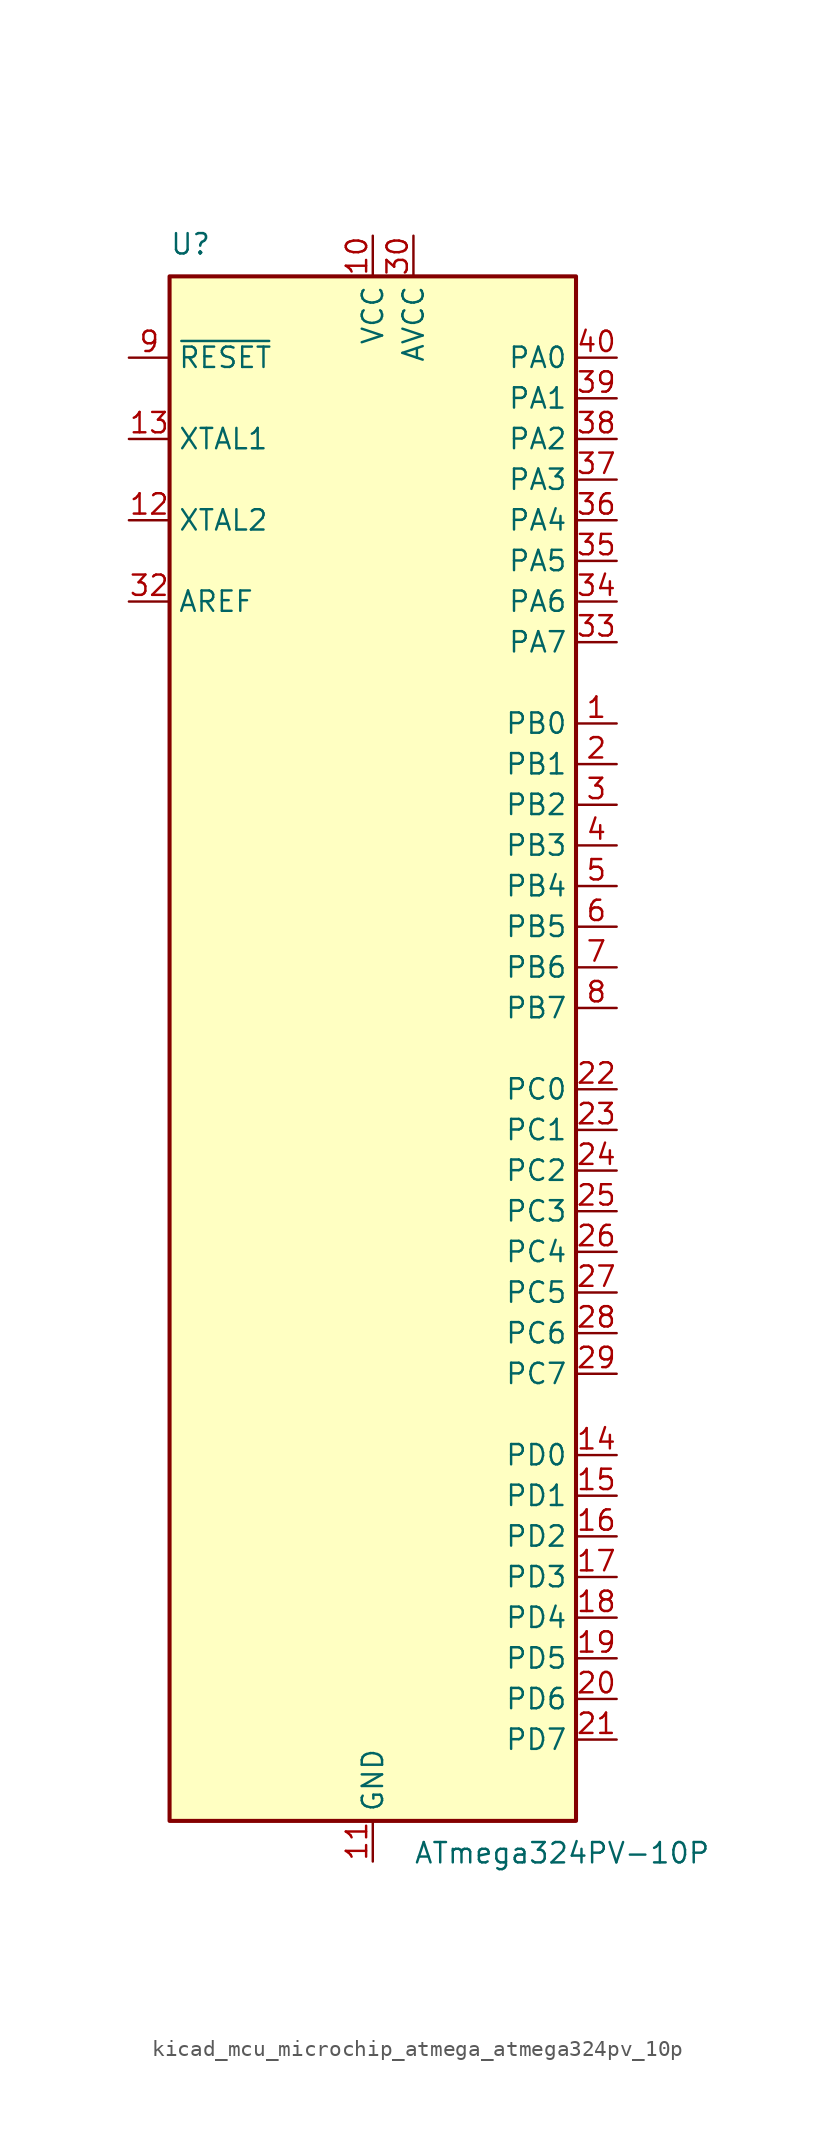
<source format=kicad_sym>
(kicad_symbol_lib
  (version 20220914)
  (generator kicad_symbol_editor)
  (symbol "kicad_mcu_microchip_atmega_atmega324pv_10p"
    (property "Reference" "U"
      (at -12.7 49.53 0)
      (effects (font (size 1.27 1.27)) (justify left bottom)))
    (property "Value" "ATmega324PV-10P"
      (at 2.54 -49.53 0)
      (effects (font (size 1.27 1.27)) (justify left top)))
    (symbol "kicad_mcu_microchip_atmega_atmega324pv_10p_0_1"
      (rectangle (start -12.7 -48.26) (end 12.7 48.26) (stroke (width 0.254) (type default)) (fill (type background))))
    (symbol "kicad_mcu_microchip_atmega_atmega324pv_10p_1_1"
      (pin bidirectional line (at 15.24 20.32 180) (length 2.54) (name "PB0" (effects (font (size 1.27 1.27)))) (number "1" (effects (font (size 1.27 1.27)))))
      (pin power_in line (at 0 50.8 270) (length 2.54) (name "VCC" (effects (font (size 1.27 1.27)))) (number "10" (effects (font (size 1.27 1.27)))))
      (pin power_in line (at 0 -50.8 90) (length 2.54) (name "GND" (effects (font (size 1.27 1.27)))) (number "11" (effects (font (size 1.27 1.27)))))
      (pin output line (at -15.24 33.02 0) (length 2.54) (name "XTAL2" (effects (font (size 1.27 1.27)))) (number "12" (effects (font (size 1.27 1.27)))))
      (pin input line (at -15.24 38.1 0) (length 2.54) (name "XTAL1" (effects (font (size 1.27 1.27)))) (number "13" (effects (font (size 1.27 1.27)))))
      (pin bidirectional line (at 15.24 -25.4 180) (length 2.54) (name "PD0" (effects (font (size 1.27 1.27)))) (number "14" (effects (font (size 1.27 1.27)))))
      (pin bidirectional line (at 15.24 -27.94 180) (length 2.54) (name "PD1" (effects (font (size 1.27 1.27)))) (number "15" (effects (font (size 1.27 1.27)))))
      (pin bidirectional line (at 15.24 -30.48 180) (length 2.54) (name "PD2" (effects (font (size 1.27 1.27)))) (number "16" (effects (font (size 1.27 1.27)))))
      (pin bidirectional line (at 15.24 -33.02 180) (length 2.54) (name "PD3" (effects (font (size 1.27 1.27)))) (number "17" (effects (font (size 1.27 1.27)))))
      (pin bidirectional line (at 15.24 -35.56 180) (length 2.54) (name "PD4" (effects (font (size 1.27 1.27)))) (number "18" (effects (font (size 1.27 1.27)))))
      (pin bidirectional line (at 15.24 -38.1 180) (length 2.54) (name "PD5" (effects (font (size 1.27 1.27)))) (number "19" (effects (font (size 1.27 1.27)))))
      (pin bidirectional line (at 15.24 17.78 180) (length 2.54) (name "PB1" (effects (font (size 1.27 1.27)))) (number "2" (effects (font (size 1.27 1.27)))))
      (pin bidirectional line (at 15.24 -40.64 180) (length 2.54) (name "PD6" (effects (font (size 1.27 1.27)))) (number "20" (effects (font (size 1.27 1.27)))))
      (pin bidirectional line (at 15.24 -43.18 180) (length 2.54) (name "PD7" (effects (font (size 1.27 1.27)))) (number "21" (effects (font (size 1.27 1.27)))))
      (pin bidirectional line (at 15.24 -2.54 180) (length 2.54) (name "PC0" (effects (font (size 1.27 1.27)))) (number "22" (effects (font (size 1.27 1.27)))))
      (pin bidirectional line (at 15.24 -5.08 180) (length 2.54) (name "PC1" (effects (font (size 1.27 1.27)))) (number "23" (effects (font (size 1.27 1.27)))))
      (pin bidirectional line (at 15.24 -7.62 180) (length 2.54) (name "PC2" (effects (font (size 1.27 1.27)))) (number "24" (effects (font (size 1.27 1.27)))))
      (pin bidirectional line (at 15.24 -10.16 180) (length 2.54) (name "PC3" (effects (font (size 1.27 1.27)))) (number "25" (effects (font (size 1.27 1.27)))))
      (pin bidirectional line (at 15.24 -12.7 180) (length 2.54) (name "PC4" (effects (font (size 1.27 1.27)))) (number "26" (effects (font (size 1.27 1.27)))))
      (pin bidirectional line (at 15.24 -15.24 180) (length 2.54) (name "PC5" (effects (font (size 1.27 1.27)))) (number "27" (effects (font (size 1.27 1.27)))))
      (pin bidirectional line (at 15.24 -17.78 180) (length 2.54) (name "PC6" (effects (font (size 1.27 1.27)))) (number "28" (effects (font (size 1.27 1.27)))))
      (pin bidirectional line (at 15.24 -20.32 180) (length 2.54) (name "PC7" (effects (font (size 1.27 1.27)))) (number "29" (effects (font (size 1.27 1.27)))))
      (pin bidirectional line (at 15.24 15.24 180) (length 2.54) (name "PB2" (effects (font (size 1.27 1.27)))) (number "3" (effects (font (size 1.27 1.27)))))
      (pin power_in line (at 2.54 50.8 270) (length 2.54) (name "AVCC" (effects (font (size 1.27 1.27)))) (number "30" (effects (font (size 1.27 1.27)))))
      (pin passive line (at 0 -50.8 90) (length 2.54) hide (name "GND" (effects (font (size 1.27 1.27)))) (number "31" (effects (font (size 1.27 1.27)))))
      (pin passive line (at -15.24 27.94 0) (length 2.54) (name "AREF" (effects (font (size 1.27 1.27)))) (number "32" (effects (font (size 1.27 1.27)))))
      (pin bidirectional line (at 15.24 25.4 180) (length 2.54) (name "PA7" (effects (font (size 1.27 1.27)))) (number "33" (effects (font (size 1.27 1.27)))))
      (pin bidirectional line (at 15.24 27.94 180) (length 2.54) (name "PA6" (effects (font (size 1.27 1.27)))) (number "34" (effects (font (size 1.27 1.27)))))
      (pin bidirectional line (at 15.24 30.48 180) (length 2.54) (name "PA5" (effects (font (size 1.27 1.27)))) (number "35" (effects (font (size 1.27 1.27)))))
      (pin bidirectional line (at 15.24 33.02 180) (length 2.54) (name "PA4" (effects (font (size 1.27 1.27)))) (number "36" (effects (font (size 1.27 1.27)))))
      (pin bidirectional line (at 15.24 35.56 180) (length 2.54) (name "PA3" (effects (font (size 1.27 1.27)))) (number "37" (effects (font (size 1.27 1.27)))))
      (pin bidirectional line (at 15.24 38.1 180) (length 2.54) (name "PA2" (effects (font (size 1.27 1.27)))) (number "38" (effects (font (size 1.27 1.27)))))
      (pin bidirectional line (at 15.24 40.64 180) (length 2.54) (name "PA1" (effects (font (size 1.27 1.27)))) (number "39" (effects (font (size 1.27 1.27)))))
      (pin bidirectional line (at 15.24 12.7 180) (length 2.54) (name "PB3" (effects (font (size 1.27 1.27)))) (number "4" (effects (font (size 1.27 1.27)))))
      (pin bidirectional line (at 15.24 43.18 180) (length 2.54) (name "PA0" (effects (font (size 1.27 1.27)))) (number "40" (effects (font (size 1.27 1.27)))))
      (pin bidirectional line (at 15.24 10.16 180) (length 2.54) (name "PB4" (effects (font (size 1.27 1.27)))) (number "5" (effects (font (size 1.27 1.27)))))
      (pin bidirectional line (at 15.24 7.62 180) (length 2.54) (name "PB5" (effects (font (size 1.27 1.27)))) (number "6" (effects (font (size 1.27 1.27)))))
      (pin bidirectional line (at 15.24 5.08 180) (length 2.54) (name "PB6" (effects (font (size 1.27 1.27)))) (number "7" (effects (font (size 1.27 1.27)))))
      (pin bidirectional line (at 15.24 2.54 180) (length 2.54) (name "PB7" (effects (font (size 1.27 1.27)))) (number "8" (effects (font (size 1.27 1.27)))))
      (pin input line (at -15.24 43.18 0) (length 2.54) (name "~{RESET}" (effects (font (size 1.27 1.27)))) (number "9" (effects (font (size 1.27 1.27))))))))
</source>
